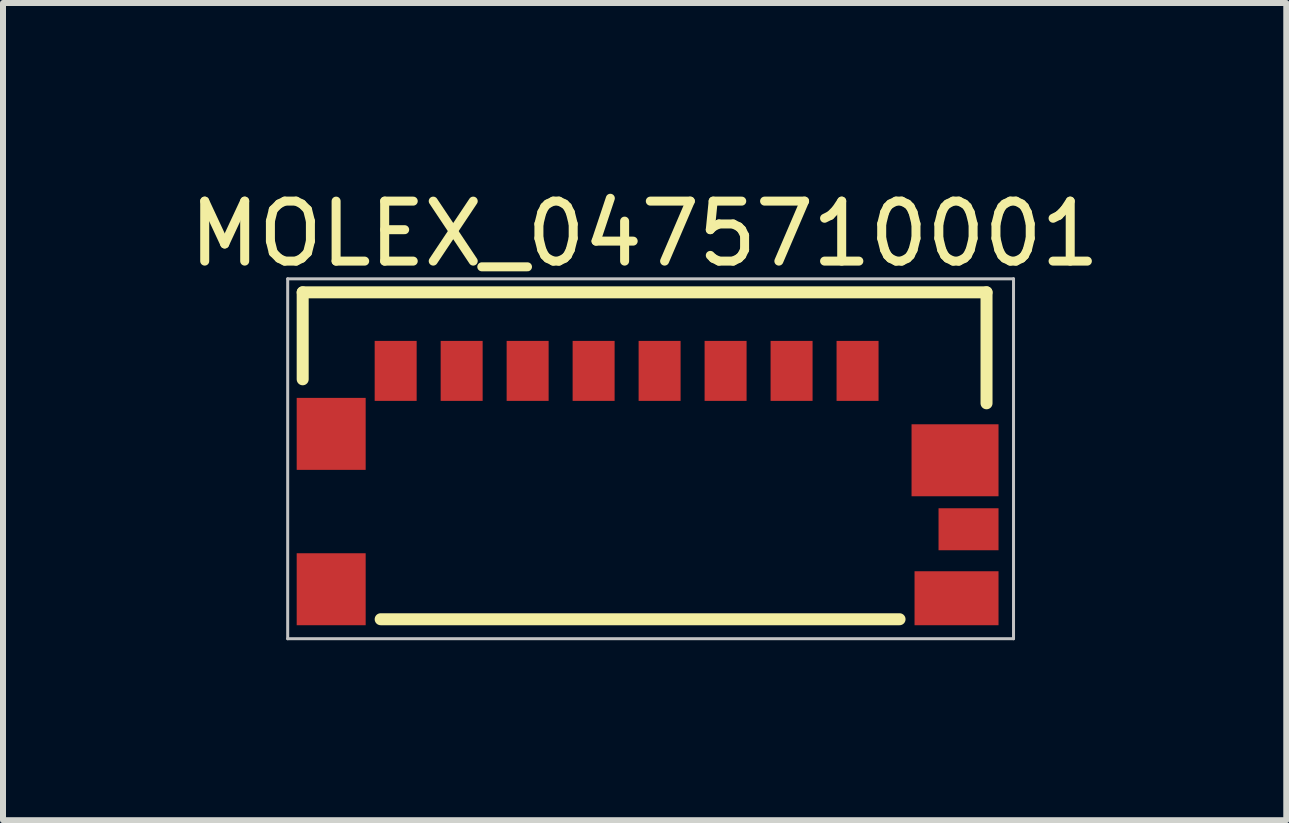
<source format=kicad_pcb>
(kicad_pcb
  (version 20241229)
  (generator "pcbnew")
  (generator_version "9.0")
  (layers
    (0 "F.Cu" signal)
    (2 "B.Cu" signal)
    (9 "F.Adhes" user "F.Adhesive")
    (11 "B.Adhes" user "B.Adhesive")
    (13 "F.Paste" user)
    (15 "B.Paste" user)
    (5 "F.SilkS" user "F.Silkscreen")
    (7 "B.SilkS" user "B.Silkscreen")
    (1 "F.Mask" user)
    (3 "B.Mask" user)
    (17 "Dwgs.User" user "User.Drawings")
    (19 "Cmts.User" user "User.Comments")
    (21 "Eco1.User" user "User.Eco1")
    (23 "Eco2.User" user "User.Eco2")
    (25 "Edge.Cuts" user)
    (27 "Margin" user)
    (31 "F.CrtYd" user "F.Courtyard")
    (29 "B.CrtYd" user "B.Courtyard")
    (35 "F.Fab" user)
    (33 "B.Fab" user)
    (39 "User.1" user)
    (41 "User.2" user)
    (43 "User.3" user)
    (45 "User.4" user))
  (footprint "MOLEX_0475710001"
    (layer "F.Cu")
    (at 7.696 4.548)
    (property "Reference" "MOLEX_0475710001" (at 0 -3.7 0) (layer "F.SilkS") (effects (font (size 1 1) (thickness 0.15))))
    (attr smd)
    (fp_line (start -5.7 -2.725) (end 5.7 -2.725) (stroke (width 0.2) (type solid)) (layer "F.SilkS"))
    (fp_line (start -5.7 -1.275) (end -5.7 -2.725) (stroke (width 0.2) (type solid)) (layer "F.SilkS"))
    (fp_line (start -4.4 2.725) (end 4.25 2.725) (stroke (width 0.2) (type solid)) (layer "F.SilkS"))
    (fp_line (start 5.7 -2.725) (end 5.7 -0.875) (stroke (width 0.2) (type solid)) (layer "F.SilkS"))
    (fp_line (start -5.95 -2.95) (end 6.15 -2.95) (stroke (width 0.05) (type solid)) (layer "Dwgs.User"))
    (fp_line (start -5.95 3.05) (end -5.95 -2.95) (stroke (width 0.05) (type solid)) (layer "Dwgs.User"))
    (fp_line (start 6.15 -2.95) (end 6.15 3.05) (stroke (width 0.05) (type solid)) (layer "Dwgs.User"))
    (fp_line (start 6.15 3.05) (end -5.95 3.05) (stroke (width 0.05) (type solid)) (layer "Dwgs.User"))
    (pad "1" smd rect (at 3.55 -1.415 180) (size 0.7 1) (layers "F.Cu" "F.Mask" "F.Paste"))
    (pad "2" smd rect (at 2.45 -1.415 180) (size 0.7 1) (layers "F.Cu" "F.Mask" "F.Paste"))
    (pad "3" smd rect (at 1.35 -1.415 180) (size 0.7 1) (layers "F.Cu" "F.Mask" "F.Paste"))
    (pad "4" smd rect (at 0.25 -1.415 180) (size 0.7 1) (layers "F.Cu" "F.Mask" "F.Paste"))
    (pad "5" smd rect (at -0.85 -1.415 180) (size 0.7 1) (layers "F.Cu" "F.Mask" "F.Paste"))
    (pad "6" smd rect (at -1.95 -1.415 180) (size 0.7 1) (layers "F.Cu" "F.Mask" "F.Paste"))
    (pad "7" smd rect (at -3.05 -1.415 180) (size 0.7 1) (layers "F.Cu" "F.Mask" "F.Paste"))
    (pad "8" smd rect (at -4.15 -1.415 180) (size 0.7 1) (layers "F.Cu" "F.Mask" "F.Paste"))
    (pad "9" smd rect (at -5.225 -0.365) (size 1.15 1.2) (layers "F.Cu" "F.Mask" "F.Paste"))
    (pad "10" smd rect (at -5.225 2.225) (size 1.15 1.2) (layers "F.Cu" "F.Mask" "F.Paste"))
    (pad "11" smd rect (at 5.2 2.375) (size 1.4 0.9) (layers "F.Cu" "F.Mask" "F.Paste"))
    (pad "12" smd rect (at 5.4 1.225 270) (size 0.7 1) (layers "F.Cu" "F.Mask" "F.Paste"))
    (pad "13" smd rect (at 5.175 0.075) (size 1.45 1.2) (layers "F.Cu" "F.Mask" "F.Paste")))
  (gr_rect
    (start -3 -3)
    (end 18.393 10.623)
    (stroke (width 0.1) (type default))
    (fill no)
    (layer "Edge.Cuts")))
</source>
